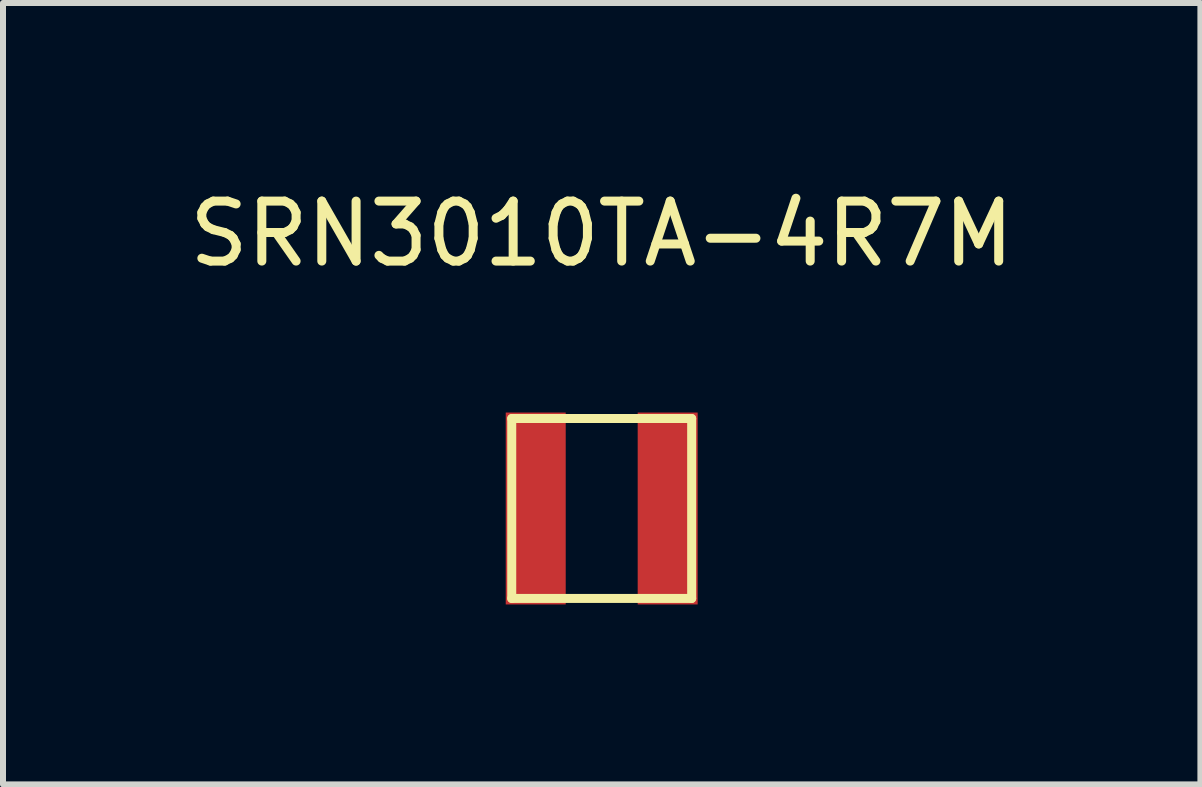
<source format=kicad_pcb>
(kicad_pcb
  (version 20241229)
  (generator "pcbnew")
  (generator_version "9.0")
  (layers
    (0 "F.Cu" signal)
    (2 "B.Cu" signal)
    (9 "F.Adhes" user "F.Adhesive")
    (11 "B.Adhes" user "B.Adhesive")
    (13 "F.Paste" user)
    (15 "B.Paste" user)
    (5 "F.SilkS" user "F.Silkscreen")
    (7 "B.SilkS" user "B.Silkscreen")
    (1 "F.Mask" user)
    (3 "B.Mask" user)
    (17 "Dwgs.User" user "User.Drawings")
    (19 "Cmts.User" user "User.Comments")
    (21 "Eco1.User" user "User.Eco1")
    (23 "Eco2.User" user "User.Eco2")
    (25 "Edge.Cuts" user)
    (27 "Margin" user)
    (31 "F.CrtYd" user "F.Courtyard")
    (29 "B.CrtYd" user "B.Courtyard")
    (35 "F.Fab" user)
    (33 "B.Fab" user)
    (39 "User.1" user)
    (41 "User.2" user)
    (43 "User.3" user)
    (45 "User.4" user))
  (footprint "SRN3010TA-4R7M"
    (layer "F.Cu")
    (at 6.982 5.428)
    (property "Reference" "SRN3010TA-4R7M" (at 0 -4.58 0) (layer "F.SilkS") (effects (font (size 1 1) (thickness 0.15))))
    (attr through_hole)
    (fp_line (start -1.5 -1.5) (end -1.5 1.5) (stroke (width 0.15) (type solid)) (layer "F.SilkS"))
    (fp_line (start -1.5 -1.5) (end 1.5 -1.5) (stroke (width 0.15) (type solid)) (layer "F.SilkS"))
    (fp_line (start -1.5 1.5) (end 1.5 1.5) (stroke (width 0.15) (type solid)) (layer "F.SilkS"))
    (fp_line (start 1.5 -1.5) (end 1.5 1.5) (stroke (width 0.15) (type solid)) (layer "F.SilkS"))
    (pad "1" smd rect (at -1.1 0 90) (size 3.2 1) (layers "F.Cu" "F.Mask" "F.Paste"))
    (pad "2" smd rect (at 1.1 0 90) (size 3.2 1) (layers "F.Cu" "F.Mask" "F.Paste")))
  (gr_rect
    (start -3 -3)
    (end 16.964 10.028)
    (stroke (width 0.1) (type default))
    (fill no)
    (layer "Edge.Cuts")))
</source>
